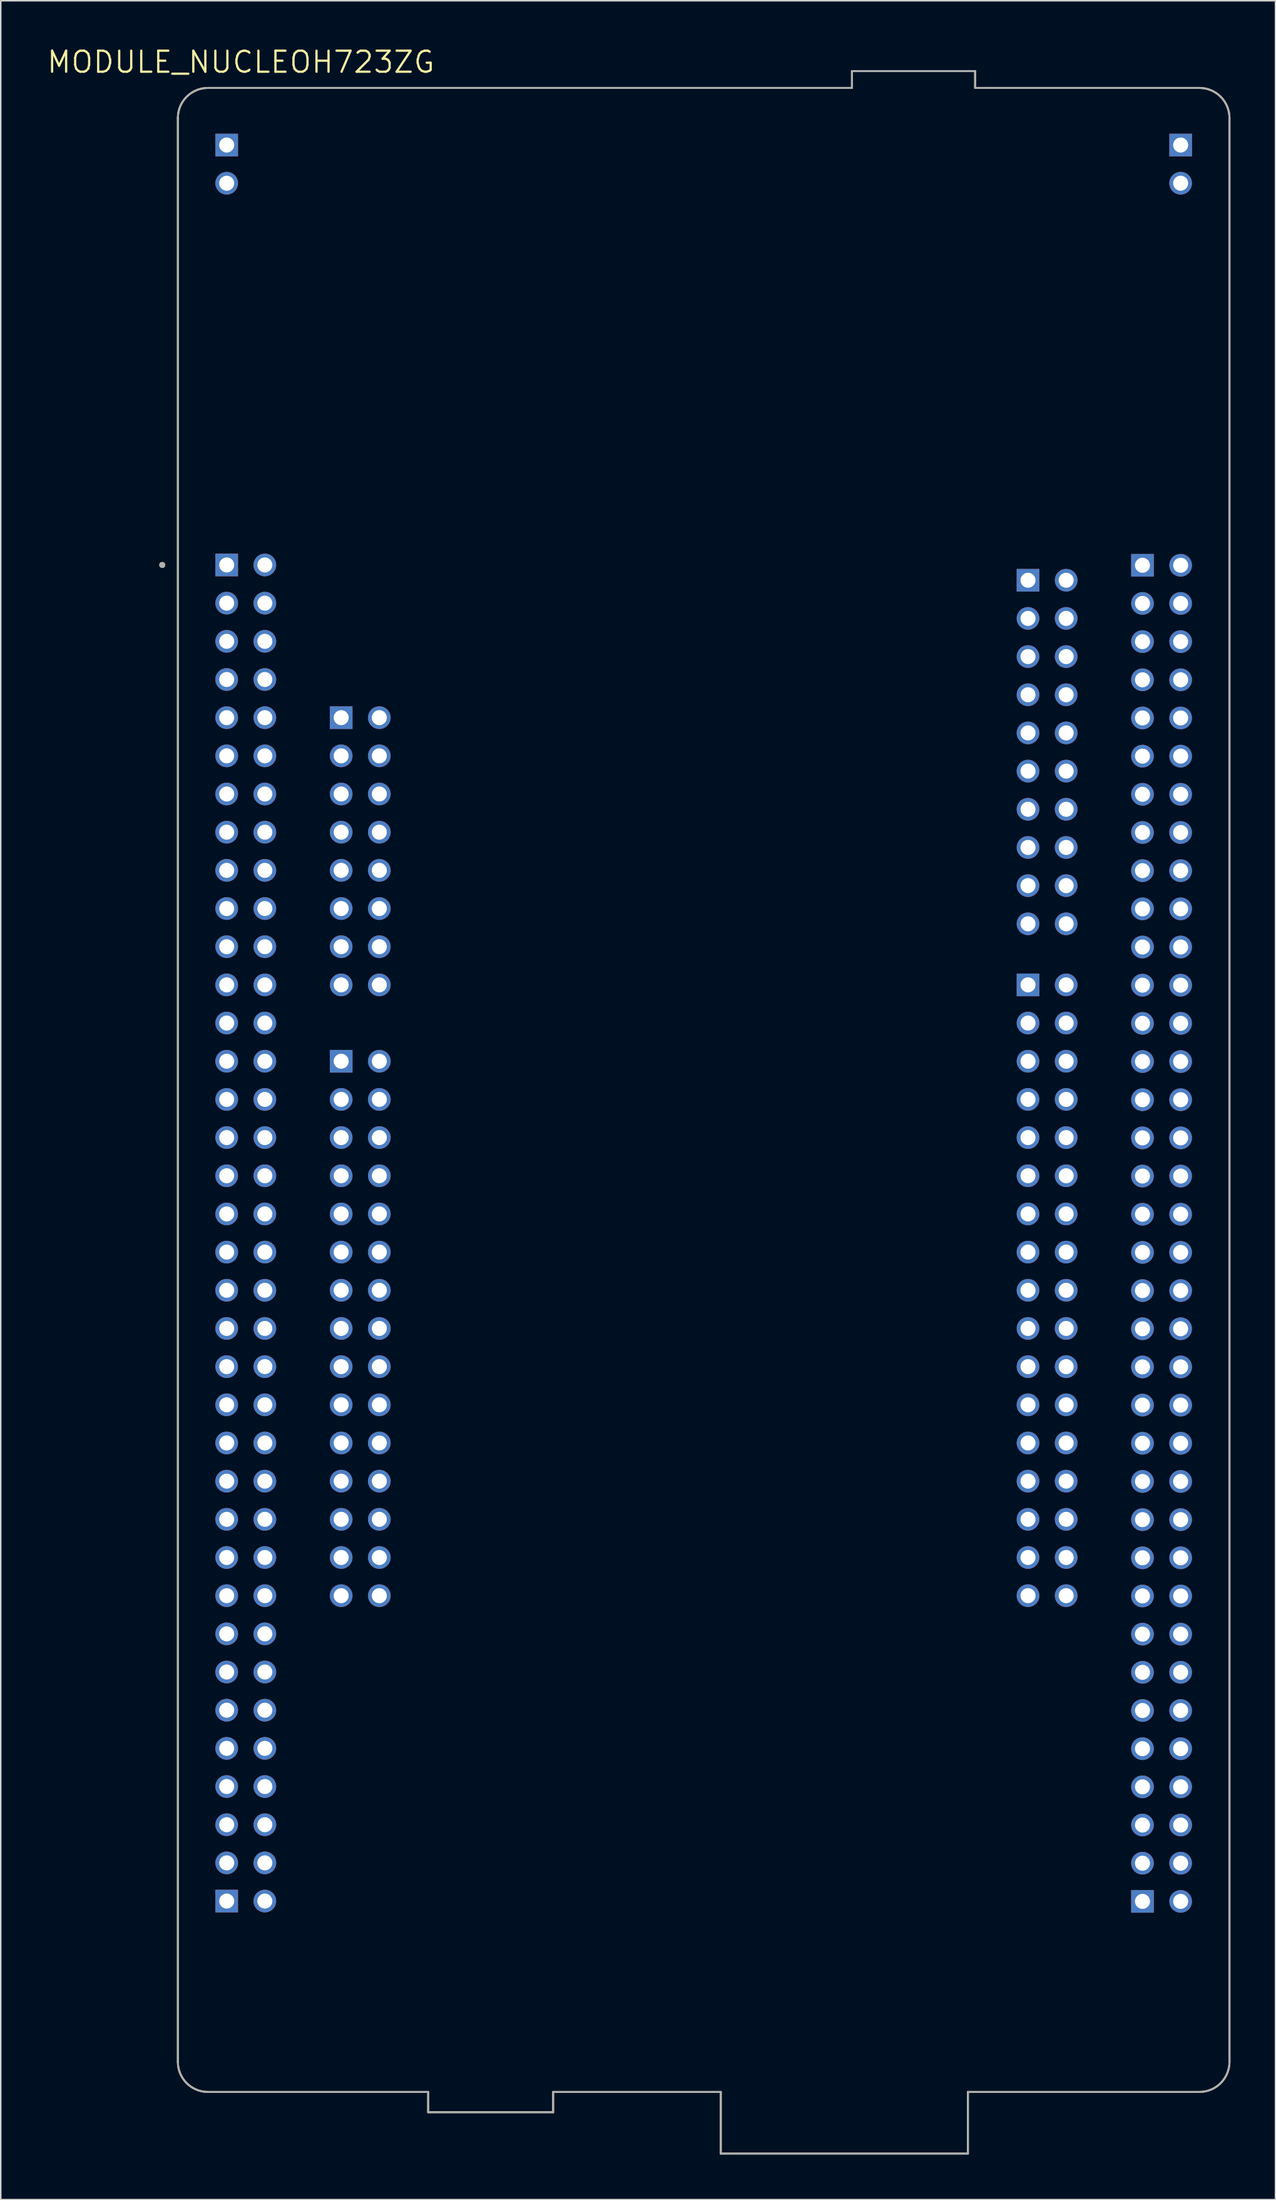
<source format=kicad_pcb>
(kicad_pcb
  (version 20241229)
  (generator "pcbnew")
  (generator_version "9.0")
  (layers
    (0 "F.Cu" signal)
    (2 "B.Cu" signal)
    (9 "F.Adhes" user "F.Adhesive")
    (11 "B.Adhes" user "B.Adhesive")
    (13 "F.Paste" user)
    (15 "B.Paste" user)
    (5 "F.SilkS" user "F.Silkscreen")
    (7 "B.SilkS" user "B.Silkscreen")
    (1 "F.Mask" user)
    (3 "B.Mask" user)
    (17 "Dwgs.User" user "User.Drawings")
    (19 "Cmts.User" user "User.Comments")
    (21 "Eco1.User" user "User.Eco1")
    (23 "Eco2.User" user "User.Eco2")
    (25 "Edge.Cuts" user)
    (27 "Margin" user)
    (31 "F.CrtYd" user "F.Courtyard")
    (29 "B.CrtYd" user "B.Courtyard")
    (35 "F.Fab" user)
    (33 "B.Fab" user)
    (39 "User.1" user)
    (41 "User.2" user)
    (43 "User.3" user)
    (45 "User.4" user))
  (footprint "MODULE_NUCLEOH723ZG"
    (layer "F.Cu")
    (at 43.79 69.471)
    (property "Reference" "MODULE_NUCLEOH723ZG" (at -30.805 -68.389 0) (layer "F.SilkS") (effects (font (size 1.4 1.4) (thickness 0.15))))
    (attr through_hole)
    (fp_line (start -35 -64.67) (end -35 64.67) (stroke (width 0.127) (type solid)) (layer "F.SilkS"))
    (fp_line (start -33 66.67) (end -18.34 66.67) (stroke (width 0.127) (type solid)) (layer "F.SilkS"))
    (fp_line (start -18.34 66.67) (end -18.34 68.02) (stroke (width 0.127) (type solid)) (layer "F.SilkS"))
    (fp_line (start -18.34 68.02) (end -10.02 68.02) (stroke (width 0.127) (type solid)) (layer "F.SilkS"))
    (fp_line (start -10.02 66.67) (end 1.14 66.67) (stroke (width 0.127) (type solid)) (layer "F.SilkS"))
    (fp_line (start -10.02 68.02) (end -10.02 66.67) (stroke (width 0.127) (type solid)) (layer "F.SilkS"))
    (fp_line (start 1.14 66.67) (end 1.14 70.77) (stroke (width 0.127) (type solid)) (layer "F.SilkS"))
    (fp_line (start 1.14 70.77) (end 17.59 70.77) (stroke (width 0.127) (type solid)) (layer "F.SilkS"))
    (fp_line (start 9.87 -67.79) (end 9.87 -66.67) (stroke (width 0.127) (type solid)) (layer "F.SilkS"))
    (fp_line (start 9.87 -66.67) (end -33 -66.67) (stroke (width 0.127) (type solid)) (layer "F.SilkS"))
    (fp_line (start 17.59 66.67) (end 33 66.67) (stroke (width 0.127) (type solid)) (layer "F.SilkS"))
    (fp_line (start 17.59 70.77) (end 17.59 66.67) (stroke (width 0.127) (type solid)) (layer "F.SilkS"))
    (fp_line (start 18.07 -67.79) (end 9.87 -67.79) (stroke (width 0.127) (type solid)) (layer "F.SilkS"))
    (fp_line (start 18.07 -66.67) (end 18.07 -67.79) (stroke (width 0.127) (type solid)) (layer "F.SilkS"))
    (fp_line (start 33 -66.67) (end 18.07 -66.67) (stroke (width 0.127) (type solid)) (layer "F.SilkS"))
    (fp_line (start 35 64.67) (end 35 -64.67) (stroke (width 0.127) (type solid)) (layer "F.SilkS"))
    (fp_arc (start -35 -64.67) (mid -34.414214 -66.084214) (end -33 -66.67) (stroke (width 0.127) (type solid)) (layer "F.SilkS"))
    (fp_arc (start -33 66.67) (mid -34.414214 66.084214) (end -35 64.67) (stroke (width 0.127) (type solid)) (layer "F.SilkS"))
    (fp_arc (start 33 -66.67) (mid 34.414214 -66.084214) (end 35 -64.67) (stroke (width 0.127) (type solid)) (layer "F.SilkS"))
    (fp_arc (start 35 64.67) (mid 34.414214 66.084214) (end 33 66.67) (stroke (width 0.127) (type solid)) (layer "F.SilkS"))
    (fp_circle (center -36.04 -34.93) (end -35.94 -34.93) (stroke (width 0.2) (type solid)) (fill no) (layer "F.SilkS"))
    (fp_line (start -35 -64.67) (end -35 64.67) (stroke (width 0.127) (type solid)) (layer "F.Fab"))
    (fp_line (start -33 66.67) (end -18.34 66.67) (stroke (width 0.127) (type solid)) (layer "F.Fab"))
    (fp_line (start -18.34 66.67) (end -18.34 68.02) (stroke (width 0.127) (type solid)) (layer "F.Fab"))
    (fp_line (start -18.34 68.02) (end -10.02 68.02) (stroke (width 0.127) (type solid)) (layer "F.Fab"))
    (fp_line (start -10.02 66.67) (end 1.14 66.67) (stroke (width 0.127) (type solid)) (layer "F.Fab"))
    (fp_line (start -10.02 68.02) (end -10.02 66.67) (stroke (width 0.127) (type solid)) (layer "F.Fab"))
    (fp_line (start 1.14 66.67) (end 1.14 70.77) (stroke (width 0.127) (type solid)) (layer "F.Fab"))
    (fp_line (start 1.14 70.77) (end 17.59 70.77) (stroke (width 0.127) (type solid)) (layer "F.Fab"))
    (fp_line (start 9.87 -67.79) (end 9.87 -66.67) (stroke (width 0.127) (type solid)) (layer "F.Fab"))
    (fp_line (start 9.87 -66.67) (end -33 -66.67) (stroke (width 0.127) (type solid)) (layer "F.Fab"))
    (fp_line (start 17.59 66.67) (end 33 66.67) (stroke (width 0.127) (type solid)) (layer "F.Fab"))
    (fp_line (start 17.59 70.77) (end 17.59 66.67) (stroke (width 0.127) (type solid)) (layer "F.Fab"))
    (fp_line (start 18.07 -67.79) (end 9.87 -67.79) (stroke (width 0.127) (type solid)) (layer "F.Fab"))
    (fp_line (start 18.07 -66.67) (end 18.07 -67.79) (stroke (width 0.127) (type solid)) (layer "F.Fab"))
    (fp_line (start 33 -66.67) (end 18.07 -66.67) (stroke (width 0.127) (type solid)) (layer "F.Fab"))
    (fp_line (start 35 64.67) (end 35 -64.67) (stroke (width 0.127) (type solid)) (layer "F.Fab"))
    (fp_arc (start -35 -64.67) (mid -34.414214 -66.084214) (end -33 -66.67) (stroke (width 0.127) (type solid)) (layer "F.Fab"))
    (fp_arc (start -33 66.67) (mid -34.414214 66.084214) (end -35 64.67) (stroke (width 0.127) (type solid)) (layer "F.Fab"))
    (fp_arc (start 33 -66.67) (mid 34.414214 -66.084214) (end 35 -64.67) (stroke (width 0.127) (type solid)) (layer "F.Fab"))
    (fp_arc (start 35 64.67) (mid 34.414214 66.084214) (end 33 66.67) (stroke (width 0.127) (type solid)) (layer "F.Fab"))
    (fp_circle (center -36.04 -34.93) (end -35.94 -34.93) (stroke (width 0.2) (type solid)) (fill no) (layer "F.Fab"))
    (pad "CN3_1" thru_hole rect (at -31.75 -62.87) (size 1.508 1.508) (drill 1) (layers "*.Cu" "*.Mask"))
    (pad "CN3_2" thru_hole circle (at -31.75 -60.33) (size 1.508 1.508) (drill 1) (layers "*.Cu" "*.Mask"))
    (pad "CN4_1" thru_hole rect (at 31.75 -62.87) (size 1.508 1.508) (drill 1) (layers "*.Cu" "*.Mask"))
    (pad "CN4_2" thru_hole circle (at 31.75 -60.33) (size 1.508 1.508) (drill 1) (layers "*.Cu" "*.Mask"))
    (pad "CN7_1" thru_hole rect (at 21.59 -33.914) (size 1.508 1.508) (drill 1) (layers "*.Cu" "*.Mask"))
    (pad "CN7_2" thru_hole circle (at 24.13 -33.914) (size 1.508 1.508) (drill 1) (layers "*.Cu" "*.Mask"))
    (pad "CN7_3" thru_hole circle (at 21.59 -31.374) (size 1.508 1.508) (drill 1) (layers "*.Cu" "*.Mask"))
    (pad "CN7_4" thru_hole circle (at 24.13 -31.374) (size 1.508 1.508) (drill 1) (layers "*.Cu" "*.Mask"))
    (pad "CN7_5" thru_hole circle (at 21.59 -28.834) (size 1.508 1.508) (drill 1) (layers "*.Cu" "*.Mask"))
    (pad "CN7_6" thru_hole circle (at 24.13 -28.834) (size 1.508 1.508) (drill 1) (layers "*.Cu" "*.Mask"))
    (pad "CN7_7" thru_hole circle (at 21.59 -26.294) (size 1.508 1.508) (drill 1) (layers "*.Cu" "*.Mask"))
    (pad "CN7_8" thru_hole circle (at 24.13 -26.294) (size 1.508 1.508) (drill 1) (layers "*.Cu" "*.Mask"))
    (pad "CN7_9" thru_hole circle (at 21.59 -23.754) (size 1.508 1.508) (drill 1) (layers "*.Cu" "*.Mask"))
    (pad "CN7_10" thru_hole circle (at 24.13 -23.754) (size 1.508 1.508) (drill 1) (layers "*.Cu" "*.Mask"))
    (pad "CN7_11" thru_hole circle (at 21.59 -21.214) (size 1.508 1.508) (drill 1) (layers "*.Cu" "*.Mask"))
    (pad "CN7_12" thru_hole circle (at 24.13 -21.214) (size 1.508 1.508) (drill 1) (layers "*.Cu" "*.Mask"))
    (pad "CN7_13" thru_hole circle (at 21.59 -18.674) (size 1.508 1.508) (drill 1) (layers "*.Cu" "*.Mask"))
    (pad "CN7_14" thru_hole circle (at 24.13 -18.674) (size 1.508 1.508) (drill 1) (layers "*.Cu" "*.Mask"))
    (pad "CN7_15" thru_hole circle (at 21.59 -16.134) (size 1.508 1.508) (drill 1) (layers "*.Cu" "*.Mask"))
    (pad "CN7_16" thru_hole circle (at 24.13 -16.134) (size 1.508 1.508) (drill 1) (layers "*.Cu" "*.Mask"))
    (pad "CN7_17" thru_hole circle (at 21.59 -13.594) (size 1.508 1.508) (drill 1) (layers "*.Cu" "*.Mask"))
    (pad "CN7_18" thru_hole circle (at 24.13 -13.594) (size 1.508 1.508) (drill 1) (layers "*.Cu" "*.Mask"))
    (pad "CN7_19" thru_hole circle (at 21.59 -11.054) (size 1.508 1.508) (drill 1) (layers "*.Cu" "*.Mask"))
    (pad "CN7_20" thru_hole circle (at 24.13 -11.054) (size 1.508 1.508) (drill 1) (layers "*.Cu" "*.Mask"))
    (pad "CN8_1" thru_hole rect (at -24.13 -24.77) (size 1.508 1.508) (drill 1) (layers "*.Cu" "*.Mask"))
    (pad "CN8_2" thru_hole circle (at -21.59 -24.77) (size 1.508 1.508) (drill 1) (layers "*.Cu" "*.Mask"))
    (pad "CN8_3" thru_hole circle (at -24.13 -22.23) (size 1.508 1.508) (drill 1) (layers "*.Cu" "*.Mask"))
    (pad "CN8_4" thru_hole circle (at -21.59 -22.23) (size 1.508 1.508) (drill 1) (layers "*.Cu" "*.Mask"))
    (pad "CN8_5" thru_hole circle (at -24.13 -19.69) (size 1.508 1.508) (drill 1) (layers "*.Cu" "*.Mask"))
    (pad "CN8_6" thru_hole circle (at -21.59 -19.69) (size 1.508 1.508) (drill 1) (layers "*.Cu" "*.Mask"))
    (pad "CN8_7" thru_hole circle (at -24.13 -17.15) (size 1.508 1.508) (drill 1) (layers "*.Cu" "*.Mask"))
    (pad "CN8_8" thru_hole circle (at -21.59 -17.15) (size 1.508 1.508) (drill 1) (layers "*.Cu" "*.Mask"))
    (pad "CN8_9" thru_hole circle (at -24.13 -14.61) (size 1.508 1.508) (drill 1) (layers "*.Cu" "*.Mask"))
    (pad "CN8_10" thru_hole circle (at -21.59 -14.61) (size 1.508 1.508) (drill 1) (layers "*.Cu" "*.Mask"))
    (pad "CN8_11" thru_hole circle (at -24.13 -12.07) (size 1.508 1.508) (drill 1) (layers "*.Cu" "*.Mask"))
    (pad "CN8_12" thru_hole circle (at -21.59 -12.07) (size 1.508 1.508) (drill 1) (layers "*.Cu" "*.Mask"))
    (pad "CN8_13" thru_hole circle (at -24.13 -9.53) (size 1.508 1.508) (drill 1) (layers "*.Cu" "*.Mask"))
    (pad "CN8_14" thru_hole circle (at -21.59 -9.53) (size 1.508 1.508) (drill 1) (layers "*.Cu" "*.Mask"))
    (pad "CN8_15" thru_hole circle (at -24.13 -6.99) (size 1.508 1.508) (drill 1) (layers "*.Cu" "*.Mask"))
    (pad "CN8_16" thru_hole circle (at -21.59 -6.99) (size 1.508 1.508) (drill 1) (layers "*.Cu" "*.Mask"))
    (pad "CN9_1" thru_hole rect (at -24.13 -1.91) (size 1.508 1.508) (drill 1) (layers "*.Cu" "*.Mask"))
    (pad "CN9_2" thru_hole circle (at -21.59 -1.91) (size 1.508 1.508) (drill 1) (layers "*.Cu" "*.Mask"))
    (pad "CN9_3" thru_hole circle (at -24.13 0.63) (size 1.508 1.508) (drill 1) (layers "*.Cu" "*.Mask"))
    (pad "CN9_4" thru_hole circle (at -21.59 0.63) (size 1.508 1.508) (drill 1) (layers "*.Cu" "*.Mask"))
    (pad "CN9_5" thru_hole circle (at -24.13 3.17) (size 1.508 1.508) (drill 1) (layers "*.Cu" "*.Mask"))
    (pad "CN9_6" thru_hole circle (at -21.59 3.17) (size 1.508 1.508) (drill 1) (layers "*.Cu" "*.Mask"))
    (pad "CN9_7" thru_hole circle (at -24.13 5.71) (size 1.508 1.508) (drill 1) (layers "*.Cu" "*.Mask"))
    (pad "CN9_8" thru_hole circle (at -21.59 5.71) (size 1.508 1.508) (drill 1) (layers "*.Cu" "*.Mask"))
    (pad "CN9_9" thru_hole circle (at -24.13 8.25) (size 1.508 1.508) (drill 1) (layers "*.Cu" "*.Mask"))
    (pad "CN9_10" thru_hole circle (at -21.59 8.25) (size 1.508 1.508) (drill 1) (layers "*.Cu" "*.Mask"))
    (pad "CN9_11" thru_hole circle (at -24.13 10.79) (size 1.508 1.508) (drill 1) (layers "*.Cu" "*.Mask"))
    (pad "CN9_12" thru_hole circle (at -21.59 10.79) (size 1.508 1.508) (drill 1) (layers "*.Cu" "*.Mask"))
    (pad "CN9_13" thru_hole circle (at -24.13 13.33) (size 1.508 1.508) (drill 1) (layers "*.Cu" "*.Mask"))
    (pad "CN9_14" thru_hole circle (at -21.59 13.33) (size 1.508 1.508) (drill 1) (layers "*.Cu" "*.Mask"))
    (pad "CN9_15" thru_hole circle (at -24.13 15.87) (size 1.508 1.508) (drill 1) (layers "*.Cu" "*.Mask"))
    (pad "CN9_16" thru_hole circle (at -21.59 15.87) (size 1.508 1.508) (drill 1) (layers "*.Cu" "*.Mask"))
    (pad "CN9_17" thru_hole circle (at -24.13 18.41) (size 1.508 1.508) (drill 1) (layers "*.Cu" "*.Mask"))
    (pad "CN9_18" thru_hole circle (at -21.59 18.41) (size 1.508 1.508) (drill 1) (layers "*.Cu" "*.Mask"))
    (pad "CN9_19" thru_hole circle (at -24.13 20.95) (size 1.508 1.508) (drill 1) (layers "*.Cu" "*.Mask"))
    (pad "CN9_20" thru_hole circle (at -21.59 20.95) (size 1.508 1.508) (drill 1) (layers "*.Cu" "*.Mask"))
    (pad "CN9_21" thru_hole circle (at -24.13 23.49) (size 1.508 1.508) (drill 1) (layers "*.Cu" "*.Mask"))
    (pad "CN9_22" thru_hole circle (at -21.59 23.49) (size 1.508 1.508) (drill 1) (layers "*.Cu" "*.Mask"))
    (pad "CN9_23" thru_hole circle (at -24.13 26.03) (size 1.508 1.508) (drill 1) (layers "*.Cu" "*.Mask"))
    (pad "CN9_24" thru_hole circle (at -21.59 26.03) (size 1.508 1.508) (drill 1) (layers "*.Cu" "*.Mask"))
    (pad "CN9_25" thru_hole circle (at -24.13 28.57) (size 1.508 1.508) (drill 1) (layers "*.Cu" "*.Mask"))
    (pad "CN9_26" thru_hole circle (at -21.59 28.57) (size 1.508 1.508) (drill 1) (layers "*.Cu" "*.Mask"))
    (pad "CN9_27" thru_hole circle (at -24.13 31.11) (size 1.508 1.508) (drill 1) (layers "*.Cu" "*.Mask"))
    (pad "CN9_28" thru_hole circle (at -21.59 31.11) (size 1.508 1.508) (drill 1) (layers "*.Cu" "*.Mask"))
    (pad "CN9_29" thru_hole circle (at -24.13 33.65) (size 1.508 1.508) (drill 1) (layers "*.Cu" "*.Mask"))
    (pad "CN9_30" thru_hole circle (at -21.59 33.65) (size 1.508 1.508) (drill 1) (layers "*.Cu" "*.Mask"))
    (pad "CN10_1" thru_hole rect (at 21.59 -6.99) (size 1.508 1.508) (drill 1) (layers "*.Cu" "*.Mask"))
    (pad "CN10_2" thru_hole circle (at 24.13 -6.99) (size 1.508 1.508) (drill 1) (layers "*.Cu" "*.Mask"))
    (pad "CN10_3" thru_hole circle (at 21.59 -4.45) (size 1.508 1.508) (drill 1) (layers "*.Cu" "*.Mask"))
    (pad "CN10_4" thru_hole circle (at 24.13 -4.45) (size 1.508 1.508) (drill 1) (layers "*.Cu" "*.Mask"))
    (pad "CN10_5" thru_hole circle (at 21.59 -1.91) (size 1.508 1.508) (drill 1) (layers "*.Cu" "*.Mask"))
    (pad "CN10_6" thru_hole circle (at 24.13 -1.91) (size 1.508 1.508) (drill 1) (layers "*.Cu" "*.Mask"))
    (pad "CN10_7" thru_hole circle (at 21.59 0.63) (size 1.508 1.508) (drill 1) (layers "*.Cu" "*.Mask"))
    (pad "CN10_8" thru_hole circle (at 24.13 0.63) (size 1.508 1.508) (drill 1) (layers "*.Cu" "*.Mask"))
    (pad "CN10_9" thru_hole circle (at 21.59 3.17) (size 1.508 1.508) (drill 1) (layers "*.Cu" "*.Mask"))
    (pad "CN10_10" thru_hole circle (at 24.13 3.17) (size 1.508 1.508) (drill 1) (layers "*.Cu" "*.Mask"))
    (pad "CN10_11" thru_hole circle (at 21.59 5.71) (size 1.508 1.508) (drill 1) (layers "*.Cu" "*.Mask"))
    (pad "CN10_12" thru_hole circle (at 24.13 5.71) (size 1.508 1.508) (drill 1) (layers "*.Cu" "*.Mask"))
    (pad "CN10_13" thru_hole circle (at 21.59 8.25) (size 1.508 1.508) (drill 1) (layers "*.Cu" "*.Mask"))
    (pad "CN10_14" thru_hole circle (at 24.13 8.25) (size 1.508 1.508) (drill 1) (layers "*.Cu" "*.Mask"))
    (pad "CN10_15" thru_hole circle (at 21.59 10.79) (size 1.508 1.508) (drill 1) (layers "*.Cu" "*.Mask"))
    (pad "CN10_16" thru_hole circle (at 24.13 10.79) (size 1.508 1.508) (drill 1) (layers "*.Cu" "*.Mask"))
    (pad "CN10_17" thru_hole circle (at 21.59 13.33) (size 1.508 1.508) (drill 1) (layers "*.Cu" "*.Mask"))
    (pad "CN10_18" thru_hole circle (at 24.13 13.33) (size 1.508 1.508) (drill 1) (layers "*.Cu" "*.Mask"))
    (pad "CN10_19" thru_hole circle (at 21.59 15.87) (size 1.508 1.508) (drill 1) (layers "*.Cu" "*.Mask"))
    (pad "CN10_20" thru_hole circle (at 24.13 15.87) (size 1.508 1.508) (drill 1) (layers "*.Cu" "*.Mask"))
    (pad "CN10_21" thru_hole circle (at 21.59 18.41) (size 1.508 1.508) (drill 1) (layers "*.Cu" "*.Mask"))
    (pad "CN10_22" thru_hole circle (at 24.13 18.41) (size 1.508 1.508) (drill 1) (layers "*.Cu" "*.Mask"))
    (pad "CN10_23" thru_hole circle (at 21.59 20.95) (size 1.508 1.508) (drill 1) (layers "*.Cu" "*.Mask"))
    (pad "CN10_24" thru_hole circle (at 24.13 20.95) (size 1.508 1.508) (drill 1) (layers "*.Cu" "*.Mask"))
    (pad "CN10_25" thru_hole circle (at 21.59 23.49) (size 1.508 1.508) (drill 1) (layers "*.Cu" "*.Mask"))
    (pad "CN10_26" thru_hole circle (at 24.13 23.49) (size 1.508 1.508) (drill 1) (layers "*.Cu" "*.Mask"))
    (pad "CN10_27" thru_hole circle (at 21.59 26.03) (size 1.508 1.508) (drill 1) (layers "*.Cu" "*.Mask"))
    (pad "CN10_28" thru_hole circle (at 24.13 26.03) (size 1.508 1.508) (drill 1) (layers "*.Cu" "*.Mask"))
    (pad "CN10_29" thru_hole circle (at 21.59 28.57) (size 1.508 1.508) (drill 1) (layers "*.Cu" "*.Mask"))
    (pad "CN10_30" thru_hole circle (at 24.13 28.57) (size 1.508 1.508) (drill 1) (layers "*.Cu" "*.Mask"))
    (pad "CN10_31" thru_hole circle (at 21.59 31.11) (size 1.508 1.508) (drill 1) (layers "*.Cu" "*.Mask"))
    (pad "CN10_32" thru_hole circle (at 24.13 31.11) (size 1.508 1.508) (drill 1) (layers "*.Cu" "*.Mask"))
    (pad "CN10_33" thru_hole circle (at 21.59 33.65) (size 1.508 1.508) (drill 1) (layers "*.Cu" "*.Mask"))
    (pad "CN10_34" thru_hole circle (at 24.13 33.65) (size 1.508 1.508) (drill 1) (layers "*.Cu" "*.Mask"))
    (pad "CN11_1" thru_hole rect (at -31.75 -34.93) (size 1.508 1.508) (drill 1) (layers "*.Cu" "*.Mask"))
    (pad "CN11_2" thru_hole circle (at -29.21 -34.93) (size 1.508 1.508) (drill 1) (layers "*.Cu" "*.Mask"))
    (pad "CN11_3" thru_hole circle (at -31.75 -32.39) (size 1.508 1.508) (drill 1) (layers "*.Cu" "*.Mask"))
    (pad "CN11_4" thru_hole circle (at -29.21 -32.39) (size 1.508 1.508) (drill 1) (layers "*.Cu" "*.Mask"))
    (pad "CN11_5" thru_hole circle (at -31.75 -29.85) (size 1.508 1.508) (drill 1) (layers "*.Cu" "*.Mask"))
    (pad "CN11_6" thru_hole circle (at -29.21 -29.85) (size 1.508 1.508) (drill 1) (layers "*.Cu" "*.Mask"))
    (pad "CN11_7" thru_hole circle (at -31.75 -27.31) (size 1.508 1.508) (drill 1) (layers "*.Cu" "*.Mask"))
    (pad "CN11_8" thru_hole circle (at -29.21 -27.31) (size 1.508 1.508) (drill 1) (layers "*.Cu" "*.Mask"))
    (pad "CN11_9" thru_hole circle (at -31.75 -24.77) (size 1.508 1.508) (drill 1) (layers "*.Cu" "*.Mask"))
    (pad "CN11_10" thru_hole circle (at -29.21 -24.77) (size 1.508 1.508) (drill 1) (layers "*.Cu" "*.Mask"))
    (pad "CN11_11" thru_hole circle (at -31.75 -22.23) (size 1.508 1.508) (drill 1) (layers "*.Cu" "*.Mask"))
    (pad "CN11_12" thru_hole circle (at -29.21 -22.23) (size 1.508 1.508) (drill 1) (layers "*.Cu" "*.Mask"))
    (pad "CN11_13" thru_hole circle (at -31.75 -19.69) (size 1.508 1.508) (drill 1) (layers "*.Cu" "*.Mask"))
    (pad "CN11_14" thru_hole circle (at -29.21 -19.69) (size 1.508 1.508) (drill 1) (layers "*.Cu" "*.Mask"))
    (pad "CN11_15" thru_hole circle (at -31.75 -17.15) (size 1.508 1.508) (drill 1) (layers "*.Cu" "*.Mask"))
    (pad "CN11_16" thru_hole circle (at -29.21 -17.15) (size 1.508 1.508) (drill 1) (layers "*.Cu" "*.Mask"))
    (pad "CN11_17" thru_hole circle (at -31.75 -14.61) (size 1.508 1.508) (drill 1) (layers "*.Cu" "*.Mask"))
    (pad "CN11_18" thru_hole circle (at -29.21 -14.61) (size 1.508 1.508) (drill 1) (layers "*.Cu" "*.Mask"))
    (pad "CN11_19" thru_hole circle (at -31.75 -12.07) (size 1.508 1.508) (drill 1) (layers "*.Cu" "*.Mask"))
    (pad "CN11_20" thru_hole circle (at -29.21 -12.07) (size 1.508 1.508) (drill 1) (layers "*.Cu" "*.Mask"))
    (pad "CN11_21" thru_hole circle (at -31.75 -9.53) (size 1.508 1.508) (drill 1) (layers "*.Cu" "*.Mask"))
    (pad "CN11_22" thru_hole circle (at -29.21 -9.53) (size 1.508 1.508) (drill 1) (layers "*.Cu" "*.Mask"))
    (pad "CN11_23" thru_hole circle (at -31.75 -6.99) (size 1.508 1.508) (drill 1) (layers "*.Cu" "*.Mask"))
    (pad "CN11_24" thru_hole circle (at -29.21 -6.99) (size 1.508 1.508) (drill 1) (layers "*.Cu" "*.Mask"))
    (pad "CN11_25" thru_hole circle (at -31.75 -4.45) (size 1.508 1.508) (drill 1) (layers "*.Cu" "*.Mask"))
    (pad "CN11_26" thru_hole circle (at -29.21 -4.45) (size 1.508 1.508) (drill 1) (layers "*.Cu" "*.Mask"))
    (pad "CN11_27" thru_hole circle (at -31.75 -1.91) (size 1.508 1.508) (drill 1) (layers "*.Cu" "*.Mask"))
    (pad "CN11_28" thru_hole circle (at -29.21 -1.91) (size 1.508 1.508) (drill 1) (layers "*.Cu" "*.Mask"))
    (pad "CN11_29" thru_hole circle (at -31.75 0.63) (size 1.508 1.508) (drill 1) (layers "*.Cu" "*.Mask"))
    (pad "CN11_30" thru_hole circle (at -29.21 0.63) (size 1.508 1.508) (drill 1) (layers "*.Cu" "*.Mask"))
    (pad "CN11_31" thru_hole circle (at -31.75 3.17) (size 1.508 1.508) (drill 1) (layers "*.Cu" "*.Mask"))
    (pad "CN11_32" thru_hole circle (at -29.21 3.17) (size 1.508 1.508) (drill 1) (layers "*.Cu" "*.Mask"))
    (pad "CN11_33" thru_hole circle (at -31.75 5.71) (size 1.508 1.508) (drill 1) (layers "*.Cu" "*.Mask"))
    (pad "CN11_34" thru_hole circle (at -29.21 5.71) (size 1.508 1.508) (drill 1) (layers "*.Cu" "*.Mask"))
    (pad "CN11_35" thru_hole circle (at -31.75 8.25) (size 1.508 1.508) (drill 1) (layers "*.Cu" "*.Mask"))
    (pad "CN11_36" thru_hole circle (at -29.21 8.25) (size 1.508 1.508) (drill 1) (layers "*.Cu" "*.Mask"))
    (pad "CN11_37" thru_hole circle (at -31.75 10.79) (size 1.508 1.508) (drill 1) (layers "*.Cu" "*.Mask"))
    (pad "CN11_38" thru_hole circle (at -29.21 10.79) (size 1.508 1.508) (drill 1) (layers "*.Cu" "*.Mask"))
    (pad "CN11_39" thru_hole circle (at -31.75 13.33) (size 1.508 1.508) (drill 1) (layers "*.Cu" "*.Mask"))
    (pad "CN11_40" thru_hole circle (at -29.21 13.33) (size 1.508 1.508) (drill 1) (layers "*.Cu" "*.Mask"))
    (pad "CN11_41" thru_hole circle (at -31.75 15.87) (size 1.508 1.508) (drill 1) (layers "*.Cu" "*.Mask"))
    (pad "CN11_42" thru_hole circle (at -29.21 15.87) (size 1.508 1.508) (drill 1) (layers "*.Cu" "*.Mask"))
    (pad "CN11_43" thru_hole circle (at -31.75 18.41) (size 1.508 1.508) (drill 1) (layers "*.Cu" "*.Mask"))
    (pad "CN11_44" thru_hole circle (at -29.21 18.41) (size 1.508 1.508) (drill 1) (layers "*.Cu" "*.Mask"))
    (pad "CN11_45" thru_hole circle (at -31.75 20.95) (size 1.508 1.508) (drill 1) (layers "*.Cu" "*.Mask"))
    (pad "CN11_46" thru_hole circle (at -29.21 20.95) (size 1.508 1.508) (drill 1) (layers "*.Cu" "*.Mask"))
    (pad "CN11_47" thru_hole circle (at -31.75 23.49) (size 1.508 1.508) (drill 1) (layers "*.Cu" "*.Mask"))
    (pad "CN11_48" thru_hole circle (at -29.21 23.49) (size 1.508 1.508) (drill 1) (layers "*.Cu" "*.Mask"))
    (pad "CN11_49" thru_hole circle (at -31.75 26.03) (size 1.508 1.508) (drill 1) (layers "*.Cu" "*.Mask"))
    (pad "CN11_50" thru_hole circle (at -29.21 26.03) (size 1.508 1.508) (drill 1) (layers "*.Cu" "*.Mask"))
    (pad "CN11_51" thru_hole circle (at -31.75 28.57) (size 1.508 1.508) (drill 1) (layers "*.Cu" "*.Mask"))
    (pad "CN11_52" thru_hole circle (at -29.21 28.57) (size 1.508 1.508) (drill 1) (layers "*.Cu" "*.Mask"))
    (pad "CN11_53" thru_hole circle (at -31.75 31.11) (size 1.508 1.508) (drill 1) (layers "*.Cu" "*.Mask"))
    (pad "CN11_54" thru_hole circle (at -29.21 31.11) (size 1.508 1.508) (drill 1) (layers "*.Cu" "*.Mask"))
    (pad "CN11_55" thru_hole circle (at -31.75 33.65) (size 1.508 1.508) (drill 1) (layers "*.Cu" "*.Mask"))
    (pad "CN11_56" thru_hole circle (at -29.21 33.65) (size 1.508 1.508) (drill 1) (layers "*.Cu" "*.Mask"))
    (pad "CN11_57" thru_hole circle (at -31.75 36.19) (size 1.508 1.508) (drill 1) (layers "*.Cu" "*.Mask"))
    (pad "CN11_58" thru_hole circle (at -29.21 36.19) (size 1.508 1.508) (drill 1) (layers "*.Cu" "*.Mask"))
    (pad "CN11_59" thru_hole circle (at -31.75 38.73) (size 1.508 1.508) (drill 1) (layers "*.Cu" "*.Mask"))
    (pad "CN11_60" thru_hole circle (at -29.21 38.73) (size 1.508 1.508) (drill 1) (layers "*.Cu" "*.Mask"))
    (pad "CN11_61" thru_hole circle (at -31.75 41.27) (size 1.508 1.508) (drill 1) (layers "*.Cu" "*.Mask"))
    (pad "CN11_62" thru_hole circle (at -29.21 41.27) (size 1.508 1.508) (drill 1) (layers "*.Cu" "*.Mask"))
    (pad "CN11_63" thru_hole circle (at -31.75 43.81) (size 1.508 1.508) (drill 1) (layers "*.Cu" "*.Mask"))
    (pad "CN11_64" thru_hole circle (at -29.21 43.81) (size 1.508 1.508) (drill 1) (layers "*.Cu" "*.Mask"))
    (pad "CN11_65" thru_hole circle (at -31.75 46.35) (size 1.508 1.508) (drill 1) (layers "*.Cu" "*.Mask"))
    (pad "CN11_66" thru_hole circle (at -29.21 46.35) (size 1.508 1.508) (drill 1) (layers "*.Cu" "*.Mask"))
    (pad "CN11_67" thru_hole circle (at -31.75 48.89) (size 1.508 1.508) (drill 1) (layers "*.Cu" "*.Mask"))
    (pad "CN11_68" thru_hole circle (at -29.21 48.89) (size 1.508 1.508) (drill 1) (layers "*.Cu" "*.Mask"))
    (pad "CN11_69" thru_hole circle (at -31.75 51.43) (size 1.508 1.508) (drill 1) (layers "*.Cu" "*.Mask"))
    (pad "CN11_70" thru_hole circle (at -29.21 51.43) (size 1.508 1.508) (drill 1) (layers "*.Cu" "*.Mask"))
    (pad "CN12_1" thru_hole rect (at 29.21 -34.91) (size 1.508 1.508) (drill 1) (layers "*.Cu" "*.Mask"))
    (pad "CN12_2" thru_hole circle (at 31.75 -34.91) (size 1.508 1.508) (drill 1) (layers "*.Cu" "*.Mask"))
    (pad "CN12_3" thru_hole circle (at 29.21 -32.37) (size 1.508 1.508) (drill 1) (layers "*.Cu" "*.Mask"))
    (pad "CN12_4" thru_hole circle (at 31.75 -32.37) (size 1.508 1.508) (drill 1) (layers "*.Cu" "*.Mask"))
    (pad "CN12_5" thru_hole circle (at 29.21 -29.83) (size 1.508 1.508) (drill 1) (layers "*.Cu" "*.Mask"))
    (pad "CN12_6" thru_hole circle (at 31.75 -29.83) (size 1.508 1.508) (drill 1) (layers "*.Cu" "*.Mask"))
    (pad "CN12_7" thru_hole circle (at 29.21 -27.29) (size 1.508 1.508) (drill 1) (layers "*.Cu" "*.Mask"))
    (pad "CN12_8" thru_hole circle (at 31.75 -27.29) (size 1.508 1.508) (drill 1) (layers "*.Cu" "*.Mask"))
    (pad "CN12_9" thru_hole circle (at 29.21 -24.75) (size 1.508 1.508) (drill 1) (layers "*.Cu" "*.Mask"))
    (pad "CN12_10" thru_hole circle (at 31.75 -24.75) (size 1.508 1.508) (drill 1) (layers "*.Cu" "*.Mask"))
    (pad "CN12_11" thru_hole circle (at 29.21 -22.21) (size 1.508 1.508) (drill 1) (layers "*.Cu" "*.Mask"))
    (pad "CN12_12" thru_hole circle (at 31.75 -22.21) (size 1.508 1.508) (drill 1) (layers "*.Cu" "*.Mask"))
    (pad "CN12_13" thru_hole circle (at 29.21 -19.67) (size 1.508 1.508) (drill 1) (layers "*.Cu" "*.Mask"))
    (pad "CN12_14" thru_hole circle (at 31.75 -19.67) (size 1.508 1.508) (drill 1) (layers "*.Cu" "*.Mask"))
    (pad "CN12_15" thru_hole circle (at 29.21 -17.13) (size 1.508 1.508) (drill 1) (layers "*.Cu" "*.Mask"))
    (pad "CN12_16" thru_hole circle (at 31.75 -17.13) (size 1.508 1.508) (drill 1) (layers "*.Cu" "*.Mask"))
    (pad "CN12_17" thru_hole circle (at 29.21 -14.59) (size 1.508 1.508) (drill 1) (layers "*.Cu" "*.Mask"))
    (pad "CN12_18" thru_hole circle (at 31.75 -14.59) (size 1.508 1.508) (drill 1) (layers "*.Cu" "*.Mask"))
    (pad "CN12_19" thru_hole circle (at 29.21 -12.05) (size 1.508 1.508) (drill 1) (layers "*.Cu" "*.Mask"))
    (pad "CN12_20" thru_hole circle (at 31.75 -12.05) (size 1.508 1.508) (drill 1) (layers "*.Cu" "*.Mask"))
    (pad "CN12_21" thru_hole circle (at 29.21 -9.51) (size 1.508 1.508) (drill 1) (layers "*.Cu" "*.Mask"))
    (pad "CN12_22" thru_hole circle (at 31.75 -9.51) (size 1.508 1.508) (drill 1) (layers "*.Cu" "*.Mask"))
    (pad "CN12_23" thru_hole circle (at 29.21 -6.97) (size 1.508 1.508) (drill 1) (layers "*.Cu" "*.Mask"))
    (pad "CN12_24" thru_hole circle (at 31.75 -6.97) (size 1.508 1.508) (drill 1) (layers "*.Cu" "*.Mask"))
    (pad "CN12_25" thru_hole circle (at 29.21 -4.43) (size 1.508 1.508) (drill 1) (layers "*.Cu" "*.Mask"))
    (pad "CN12_26" thru_hole circle (at 31.75 -4.43) (size 1.508 1.508) (drill 1) (layers "*.Cu" "*.Mask"))
    (pad "CN12_27" thru_hole circle (at 29.21 -1.89) (size 1.508 1.508) (drill 1) (layers "*.Cu" "*.Mask"))
    (pad "CN12_28" thru_hole circle (at 31.75 -1.89) (size 1.508 1.508) (drill 1) (layers "*.Cu" "*.Mask"))
    (pad "CN12_29" thru_hole circle (at 29.21 0.65) (size 1.508 1.508) (drill 1) (layers "*.Cu" "*.Mask"))
    (pad "CN12_30" thru_hole circle (at 31.75 0.65) (size 1.508 1.508) (drill 1) (layers "*.Cu" "*.Mask"))
    (pad "CN12_31" thru_hole circle (at 29.21 3.19) (size 1.508 1.508) (drill 1) (layers "*.Cu" "*.Mask"))
    (pad "CN12_32" thru_hole circle (at 31.75 3.19) (size 1.508 1.508) (drill 1) (layers "*.Cu" "*.Mask"))
    (pad "CN12_33" thru_hole circle (at 29.21 5.73) (size 1.508 1.508) (drill 1) (layers "*.Cu" "*.Mask"))
    (pad "CN12_34" thru_hole circle (at 31.75 5.73) (size 1.508 1.508) (drill 1) (layers "*.Cu" "*.Mask"))
    (pad "CN12_35" thru_hole circle (at 29.21 8.27) (size 1.508 1.508) (drill 1) (layers "*.Cu" "*.Mask"))
    (pad "CN12_36" thru_hole circle (at 31.75 8.27) (size 1.508 1.508) (drill 1) (layers "*.Cu" "*.Mask"))
    (pad "CN12_37" thru_hole circle (at 29.21 10.81) (size 1.508 1.508) (drill 1) (layers "*.Cu" "*.Mask"))
    (pad "CN12_38" thru_hole circle (at 31.75 10.81) (size 1.508 1.508) (drill 1) (layers "*.Cu" "*.Mask"))
    (pad "CN12_39" thru_hole circle (at 29.21 13.35) (size 1.508 1.508) (drill 1) (layers "*.Cu" "*.Mask"))
    (pad "CN12_40" thru_hole circle (at 31.75 13.35) (size 1.508 1.508) (drill 1) (layers "*.Cu" "*.Mask"))
    (pad "CN12_41" thru_hole circle (at 29.21 15.89) (size 1.508 1.508) (drill 1) (layers "*.Cu" "*.Mask"))
    (pad "CN12_42" thru_hole circle (at 31.75 15.89) (size 1.508 1.508) (drill 1) (layers "*.Cu" "*.Mask"))
    (pad "CN12_43" thru_hole circle (at 29.21 18.43) (size 1.508 1.508) (drill 1) (layers "*.Cu" "*.Mask"))
    (pad "CN12_44" thru_hole circle (at 31.75 18.43) (size 1.508 1.508) (drill 1) (layers "*.Cu" "*.Mask"))
    (pad "CN12_45" thru_hole circle (at 29.21 20.97) (size 1.508 1.508) (drill 1) (layers "*.Cu" "*.Mask"))
    (pad "CN12_46" thru_hole circle (at 31.75 20.97) (size 1.508 1.508) (drill 1) (layers "*.Cu" "*.Mask"))
    (pad "CN12_47" thru_hole circle (at 29.21 23.51) (size 1.508 1.508) (drill 1) (layers "*.Cu" "*.Mask"))
    (pad "CN12_48" thru_hole circle (at 31.75 23.51) (size 1.508 1.508) (drill 1) (layers "*.Cu" "*.Mask"))
    (pad "CN12_49" thru_hole circle (at 29.21 26.05) (size 1.508 1.508) (drill 1) (layers "*.Cu" "*.Mask"))
    (pad "CN12_50" thru_hole circle (at 31.75 26.05) (size 1.508 1.508) (drill 1) (layers "*.Cu" "*.Mask"))
    (pad "CN12_51" thru_hole circle (at 29.21 28.59) (size 1.508 1.508) (drill 1) (layers "*.Cu" "*.Mask"))
    (pad "CN12_52" thru_hole circle (at 31.75 28.59) (size 1.508 1.508) (drill 1) (layers "*.Cu" "*.Mask"))
    (pad "CN12_53" thru_hole circle (at 29.21 31.13) (size 1.508 1.508) (drill 1) (layers "*.Cu" "*.Mask"))
    (pad "CN12_54" thru_hole circle (at 31.75 31.13) (size 1.508 1.508) (drill 1) (layers "*.Cu" "*.Mask"))
    (pad "CN12_55" thru_hole circle (at 29.21 33.67) (size 1.508 1.508) (drill 1) (layers "*.Cu" "*.Mask"))
    (pad "CN12_56" thru_hole circle (at 31.75 33.67) (size 1.508 1.508) (drill 1) (layers "*.Cu" "*.Mask"))
    (pad "CN12_57" thru_hole circle (at 29.21 36.21) (size 1.508 1.508) (drill 1) (layers "*.Cu" "*.Mask"))
    (pad "CN12_58" thru_hole circle (at 31.75 36.21) (size 1.508 1.508) (drill 1) (layers "*.Cu" "*.Mask"))
    (pad "CN12_59" thru_hole circle (at 29.21 38.75) (size 1.508 1.508) (drill 1) (layers "*.Cu" "*.Mask"))
    (pad "CN12_60" thru_hole circle (at 31.75 38.75) (size 1.508 1.508) (drill 1) (layers "*.Cu" "*.Mask"))
    (pad "CN12_61" thru_hole circle (at 29.21 41.29) (size 1.508 1.508) (drill 1) (layers "*.Cu" "*.Mask"))
    (pad "CN12_62" thru_hole circle (at 31.75 41.29) (size 1.508 1.508) (drill 1) (layers "*.Cu" "*.Mask"))
    (pad "CN12_63" thru_hole circle (at 29.21 43.83) (size 1.508 1.508) (drill 1) (layers "*.Cu" "*.Mask"))
    (pad "CN12_64" thru_hole circle (at 31.75 43.83) (size 1.508 1.508) (drill 1) (layers "*.Cu" "*.Mask"))
    (pad "CN12_65" thru_hole circle (at 29.21 46.37) (size 1.508 1.508) (drill 1) (layers "*.Cu" "*.Mask"))
    (pad "CN12_66" thru_hole circle (at 31.75 46.37) (size 1.508 1.508) (drill 1) (layers "*.Cu" "*.Mask"))
    (pad "CN12_67" thru_hole circle (at 29.21 48.91) (size 1.508 1.508) (drill 1) (layers "*.Cu" "*.Mask"))
    (pad "CN12_68" thru_hole circle (at 31.75 48.91) (size 1.508 1.508) (drill 1) (layers "*.Cu" "*.Mask"))
    (pad "CN12_69" thru_hole circle (at 29.21 51.45) (size 1.508 1.508) (drill 1) (layers "*.Cu" "*.Mask"))
    (pad "CN12_70" thru_hole circle (at 31.75 51.45) (size 1.508 1.508) (drill 1) (layers "*.Cu" "*.Mask"))
    (pad "CN15_1" thru_hole rect (at 29.21 53.99) (size 1.508 1.508) (drill 1) (layers "*.Cu" "*.Mask"))
    (pad "CN15_2" thru_hole circle (at 31.75 53.99) (size 1.508 1.508) (drill 1) (layers "*.Cu" "*.Mask"))
    (pad "CN16_1" thru_hole rect (at -31.75 53.97) (size 1.508 1.508) (drill 1) (layers "*.Cu" "*.Mask"))
    (pad "CN16_2" thru_hole circle (at -29.21 53.97) (size 1.508 1.508) (drill 1) (layers "*.Cu" "*.Mask")))
  (gr_rect
    (start -3 -3)
    (end 81.853 143.305)
    (stroke (width 0.1) (type default))
    (fill no)
    (layer "Edge.Cuts")))
</source>
